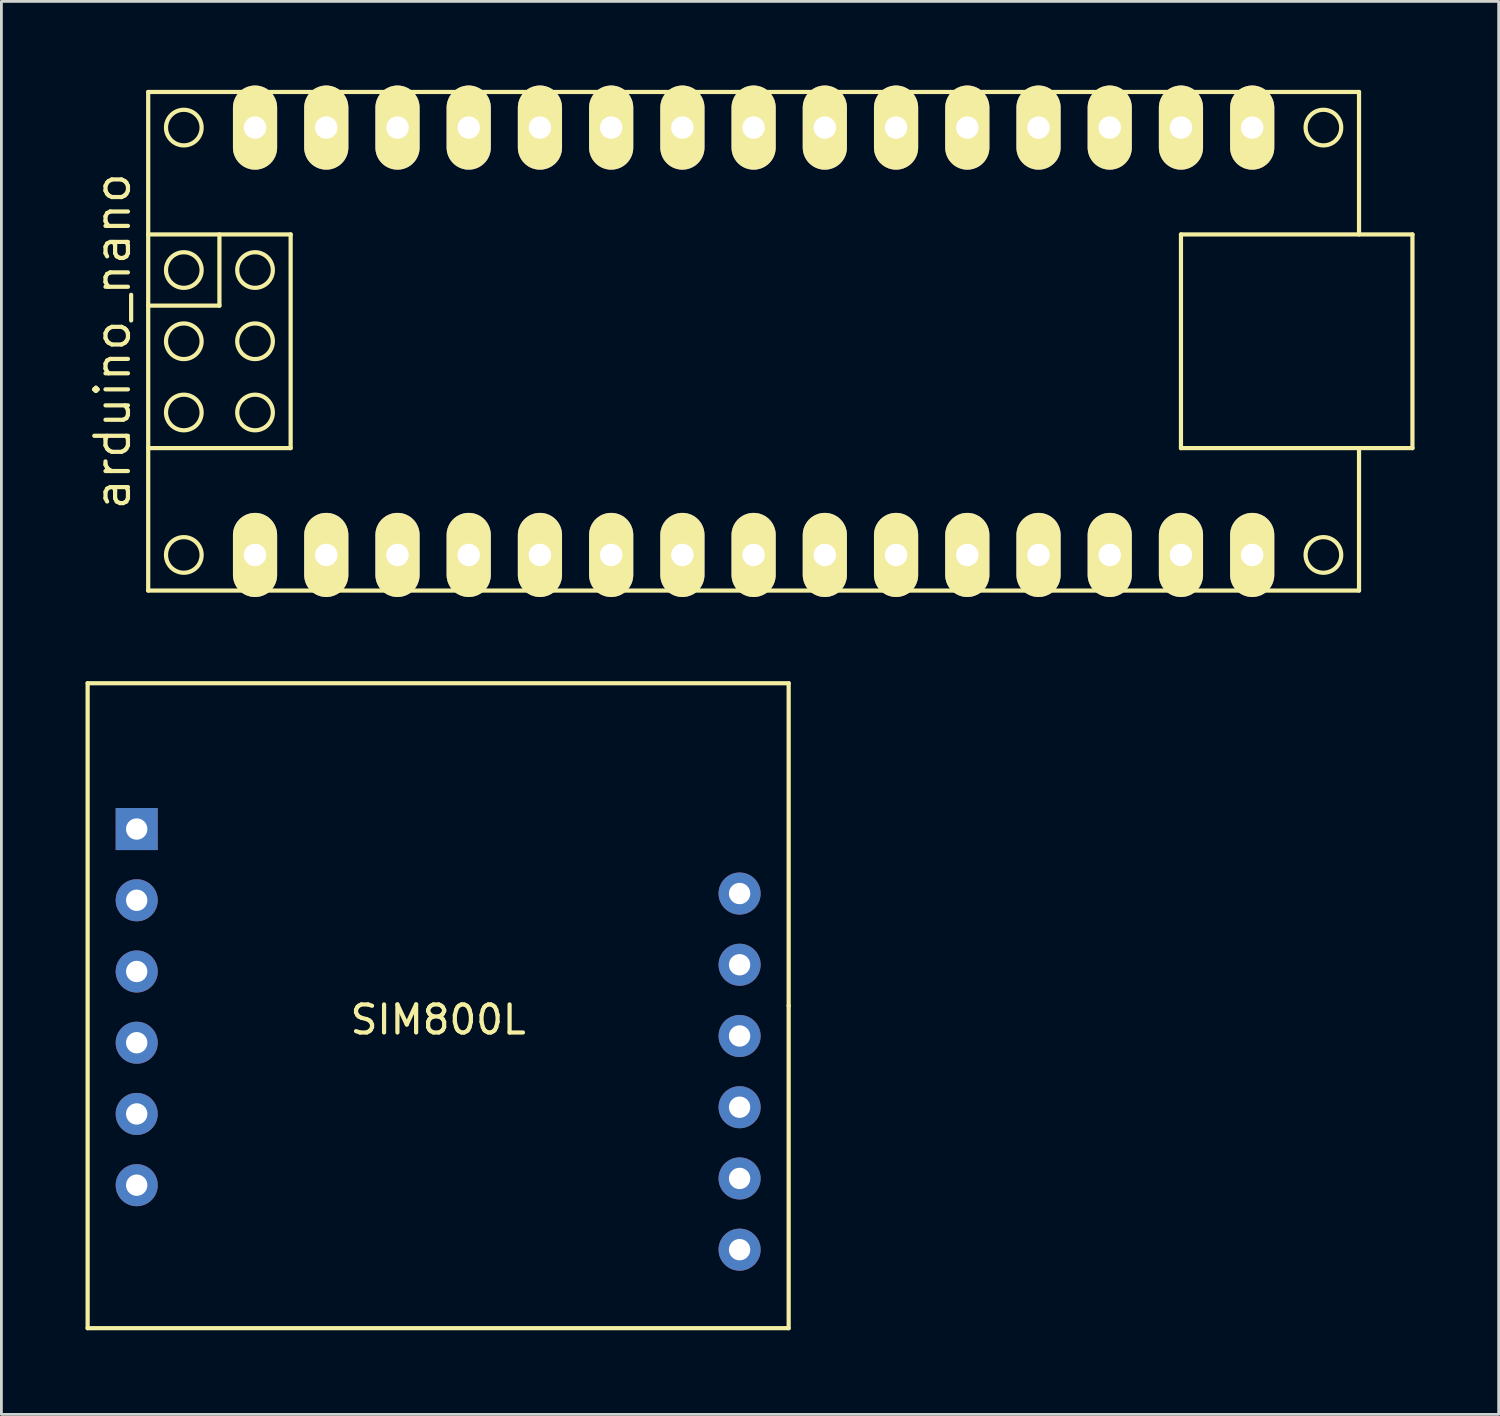
<source format=kicad_pcb>
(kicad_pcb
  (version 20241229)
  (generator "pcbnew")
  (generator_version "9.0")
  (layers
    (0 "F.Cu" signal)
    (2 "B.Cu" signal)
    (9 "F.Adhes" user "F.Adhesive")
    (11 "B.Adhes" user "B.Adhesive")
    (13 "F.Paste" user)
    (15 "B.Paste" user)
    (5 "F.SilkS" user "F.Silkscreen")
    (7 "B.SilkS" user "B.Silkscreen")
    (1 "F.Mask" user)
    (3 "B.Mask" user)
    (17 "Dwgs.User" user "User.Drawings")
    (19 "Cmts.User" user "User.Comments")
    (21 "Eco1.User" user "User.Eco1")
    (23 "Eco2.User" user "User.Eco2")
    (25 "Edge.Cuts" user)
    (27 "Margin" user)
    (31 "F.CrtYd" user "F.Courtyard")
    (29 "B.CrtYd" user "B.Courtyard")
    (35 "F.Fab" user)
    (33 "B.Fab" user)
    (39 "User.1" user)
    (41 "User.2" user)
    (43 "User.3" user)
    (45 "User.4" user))
  (footprint "SIM800L"
    (layer "F.Cu")
    (at 12.575 32.815)
    (property "Reference" "SIM800L" (at 0 0.5 0) (layer "F.SilkS") (effects (font (size 1 1) (thickness 0.15))))
    (attr through_hole)
    (fp_line (start -12.5 -11.5) (end -12.5 11.5) (stroke (width 0.15) (type solid)) (layer "F.SilkS"))
    (fp_line (start -12.5 11.5) (end 12.5 11.5) (stroke (width 0.15) (type solid)) (layer "F.SilkS"))
    (fp_line (start 12.5 -11.5) (end -12.5 -11.5) (stroke (width 0.15) (type solid)) (layer "F.SilkS"))
    (fp_line (start 12.5 0) (end 12.5 -11.5) (stroke (width 0.15) (type solid)) (layer "F.SilkS"))
    (fp_line (start 12.5 11.5) (end 12.5 0) (stroke (width 0.15) (type solid)) (layer "F.SilkS"))
    (pad "1" thru_hole rect (at -10.75 -6.3) (size 1.5 1.5) (drill 0.762) (layers "*.Cu" "*.Mask"))
    (pad "2" thru_hole circle (at -10.75 -3.76) (size 1.5 1.5) (drill 0.762) (layers "*.Cu" "*.Mask"))
    (pad "3" thru_hole circle (at -10.75 -1.22) (size 1.5 1.5) (drill 0.762) (layers "*.Cu" "*.Mask"))
    (pad "4" thru_hole circle (at -10.75 1.32) (size 1.5 1.5) (drill 0.762) (layers "*.Cu" "*.Mask"))
    (pad "5" thru_hole circle (at -10.75 3.86) (size 1.5 1.5) (drill 0.762) (layers "*.Cu" "*.Mask"))
    (pad "6" thru_hole circle (at -10.75 6.4) (size 1.5 1.5) (drill 0.762) (layers "*.Cu" "*.Mask"))
    (pad "7" thru_hole circle (at 10.75 -4) (size 1.5 1.5) (drill 0.762) (layers "*.Cu" "*.Mask"))
    (pad "8" thru_hole circle (at 10.75 -1.46) (size 1.5 1.5) (drill 0.762) (layers "*.Cu" "*.Mask"))
    (pad "9" thru_hole circle (at 10.75 1.08) (size 1.5 1.5) (drill 0.762) (layers "*.Cu" "*.Mask"))
    (pad "10" thru_hole circle (at 10.75 3.62) (size 1.5 1.5) (drill 0.762) (layers "*.Cu" "*.Mask"))
    (pad "11" thru_hole circle (at 10.75 6.16) (size 1.5 1.5) (drill 0.762) (layers "*.Cu" "*.Mask"))
    (pad "12" thru_hole circle (at 10.75 8.7) (size 1.5 1.5) (drill 0.762) (layers "*.Cu" "*.Mask")))
  (footprint "arduino_nano"
    (layer "F.Cu")
    (at 23.825 9.12)
    (property "Reference" "arduino_nano" (at -22.86 0 90) (layer "F.SilkS") (effects (font (size 1.2 1.2) (thickness 0.15))))
    (attr through_hole)
    (fp_line (start -21.59 -8.89) (end -21.59 8.89) (stroke (width 0.15) (type solid)) (layer "F.SilkS"))
    (fp_line (start -21.59 3.81) (end -16.51 3.81) (stroke (width 0.15) (type solid)) (layer "F.SilkS"))
    (fp_line (start -21.59 8.89) (end 21.59 8.89) (stroke (width 0.15) (type solid)) (layer "F.SilkS"))
    (fp_line (start -19.05 -3.81) (end -19.05 -1.27) (stroke (width 0.15) (type solid)) (layer "F.SilkS"))
    (fp_line (start -19.05 -1.27) (end -21.59 -1.27) (stroke (width 0.15) (type solid)) (layer "F.SilkS"))
    (fp_line (start -16.51 -3.81) (end -21.59 -3.81) (stroke (width 0.15) (type solid)) (layer "F.SilkS"))
    (fp_line (start -16.51 3.81) (end -16.51 -3.81) (stroke (width 0.15) (type solid)) (layer "F.SilkS"))
    (fp_line (start 15.24 -3.81) (end 23.495 -3.81) (stroke (width 0.15) (type solid)) (layer "F.SilkS"))
    (fp_line (start 15.24 3.81) (end 15.24 -3.81) (stroke (width 0.15) (type solid)) (layer "F.SilkS"))
    (fp_line (start 21.59 -8.89) (end -21.59 -8.89) (stroke (width 0.15) (type solid)) (layer "F.SilkS"))
    (fp_line (start 21.59 -8.89) (end 21.59 -3.81) (stroke (width 0.15) (type solid)) (layer "F.SilkS"))
    (fp_line (start 21.59 3.81) (end 21.59 8.89) (stroke (width 0.15) (type solid)) (layer "F.SilkS"))
    (fp_line (start 23.495 -3.81) (end 23.495 3.81) (stroke (width 0.15) (type solid)) (layer "F.SilkS"))
    (fp_line (start 23.495 3.81) (end 15.24 3.81) (stroke (width 0.15) (type solid)) (layer "F.SilkS"))
    (fp_circle (center -20.32 -7.62) (end -19.685 -7.62) (stroke (width 0.15) (type solid)) (fill no) (layer "F.SilkS"))
    (fp_circle (center -20.32 -2.54) (end -20.32 -1.905) (stroke (width 0.15) (type solid)) (fill no) (layer "F.SilkS"))
    (fp_circle (center -20.32 0) (end -19.685 0) (stroke (width 0.15) (type solid)) (fill no) (layer "F.SilkS"))
    (fp_circle (center -20.32 2.54) (end -19.685 2.54) (stroke (width 0.15) (type solid)) (fill no) (layer "F.SilkS"))
    (fp_circle (center -20.32 7.62) (end -19.685 7.62) (stroke (width 0.15) (type solid)) (fill no) (layer "F.SilkS"))
    (fp_circle (center -17.78 -2.54) (end -17.145 -2.54) (stroke (width 0.15) (type solid)) (fill no) (layer "F.SilkS"))
    (fp_circle (center -17.78 0) (end -17.145 0) (stroke (width 0.15) (type solid)) (fill no) (layer "F.SilkS"))
    (fp_circle (center -17.78 2.54) (end -17.145 2.54) (stroke (width 0.15) (type solid)) (fill no) (layer "F.SilkS"))
    (fp_circle (center 20.32 -7.62) (end 20.955 -7.62) (stroke (width 0.15) (type solid)) (fill no) (layer "F.SilkS"))
    (fp_circle (center 20.32 7.62) (end 20.955 7.62) (stroke (width 0.15) (type solid)) (fill no) (layer "F.SilkS"))
    (pad "1" thru_hole oval (at -17.78 7.62) (size 1.575 3) (drill 0.8) (layers "*.Cu" "*.Mask" "F.SilkS"))
    (pad "2" thru_hole oval (at -15.24 7.62) (size 1.575 3) (drill 0.8) (layers "*.Cu" "*.Mask" "F.SilkS"))
    (pad "3" thru_hole oval (at -12.7 7.62) (size 1.575 3) (drill 0.8) (layers "*.Cu" "*.Mask" "F.SilkS"))
    (pad "4" thru_hole oval (at -10.16 7.62) (size 1.575 3) (drill 0.8) (layers "*.Cu" "*.Mask" "F.SilkS"))
    (pad "5" thru_hole oval (at -7.62 7.62) (size 1.575 3) (drill 0.8) (layers "*.Cu" "*.Mask" "F.SilkS"))
    (pad "6" thru_hole oval (at -5.08 7.62) (size 1.575 3) (drill 0.8) (layers "*.Cu" "*.Mask" "F.SilkS"))
    (pad "7" thru_hole oval (at -2.54 7.62) (size 1.575 3) (drill 0.8) (layers "*.Cu" "*.Mask" "F.SilkS"))
    (pad "8" thru_hole oval (at 0 7.62) (size 1.575 3) (drill 0.8) (layers "*.Cu" "*.Mask" "F.SilkS"))
    (pad "9" thru_hole oval (at 2.54 7.62) (size 1.575 3) (drill 0.8) (layers "*.Cu" "*.Mask" "F.SilkS"))
    (pad "10" thru_hole oval (at 5.08 7.62) (size 1.575 3) (drill 0.8) (layers "*.Cu" "*.Mask" "F.SilkS"))
    (pad "11" thru_hole oval (at 7.62 7.62) (size 1.575 3) (drill 0.8) (layers "*.Cu" "*.Mask" "F.SilkS"))
    (pad "12" thru_hole oval (at 10.16 7.62) (size 1.575 3) (drill 0.8) (layers "*.Cu" "*.Mask" "F.SilkS"))
    (pad "13" thru_hole oval (at 12.7 7.62) (size 1.575 3) (drill 0.8) (layers "*.Cu" "*.Mask" "F.SilkS"))
    (pad "14" thru_hole oval (at 15.24 7.62) (size 1.575 3) (drill 0.8) (layers "*.Cu" "*.Mask" "F.SilkS"))
    (pad "15" thru_hole oval (at 17.78 7.62) (size 1.575 3) (drill 0.8) (layers "*.Cu" "*.Mask" "F.SilkS"))
    (pad "16" thru_hole oval (at 17.78 -7.62) (size 1.575 3) (drill 0.8) (layers "*.Cu" "*.Mask" "F.SilkS"))
    (pad "17" thru_hole oval (at 15.24 -7.62) (size 1.575 3) (drill 0.8) (layers "*.Cu" "*.Mask" "F.SilkS"))
    (pad "18" thru_hole oval (at 12.7 -7.62) (size 1.575 3) (drill 0.8) (layers "*.Cu" "*.Mask" "F.SilkS"))
    (pad "19" thru_hole oval (at 10.16 -7.62) (size 1.575 3) (drill 0.8) (layers "*.Cu" "*.Mask" "F.SilkS"))
    (pad "20" thru_hole oval (at 7.62 -7.62) (size 1.575 3) (drill 0.8) (layers "*.Cu" "*.Mask" "F.SilkS"))
    (pad "21" thru_hole oval (at 5.08 -7.62) (size 1.575 3) (drill 0.8) (layers "*.Cu" "*.Mask" "F.SilkS"))
    (pad "22" thru_hole oval (at 2.54 -7.62) (size 1.575 3) (drill 0.8) (layers "*.Cu" "*.Mask" "F.SilkS"))
    (pad "23" thru_hole oval (at 0 -7.62) (size 1.575 3) (drill 0.8) (layers "*.Cu" "*.Mask" "F.SilkS"))
    (pad "24" thru_hole oval (at -2.54 -7.62) (size 1.575 3) (drill 0.8) (layers "*.Cu" "*.Mask" "F.SilkS"))
    (pad "25" thru_hole oval (at -5.08 -7.62) (size 1.575 3) (drill 0.8) (layers "*.Cu" "*.Mask" "F.SilkS"))
    (pad "26" thru_hole oval (at -7.62 -7.62) (size 1.575 3) (drill 0.8) (layers "*.Cu" "*.Mask" "F.SilkS"))
    (pad "27" thru_hole oval (at -10.16 -7.62) (size 1.575 3) (drill 0.8) (layers "*.Cu" "*.Mask" "F.SilkS"))
    (pad "28" thru_hole oval (at -12.7 -7.62) (size 1.575 3) (drill 0.8) (layers "*.Cu" "*.Mask" "F.SilkS"))
    (pad "29" thru_hole oval (at -15.24 -7.62 90) (size 3 1.575) (drill 0.8) (layers "*.Cu" "*.Mask" "F.SilkS"))
    (pad "30" thru_hole oval (at -17.78 -7.62) (size 1.575 3) (drill 0.8) (layers "*.Cu" "*.Mask" "F.SilkS")))
  (gr_rect
    (start -3 -3)
    (end 50.395 47.39)
    (stroke (width 0.1) (type default))
    (fill no)
    (layer "Edge.Cuts")))
</source>
